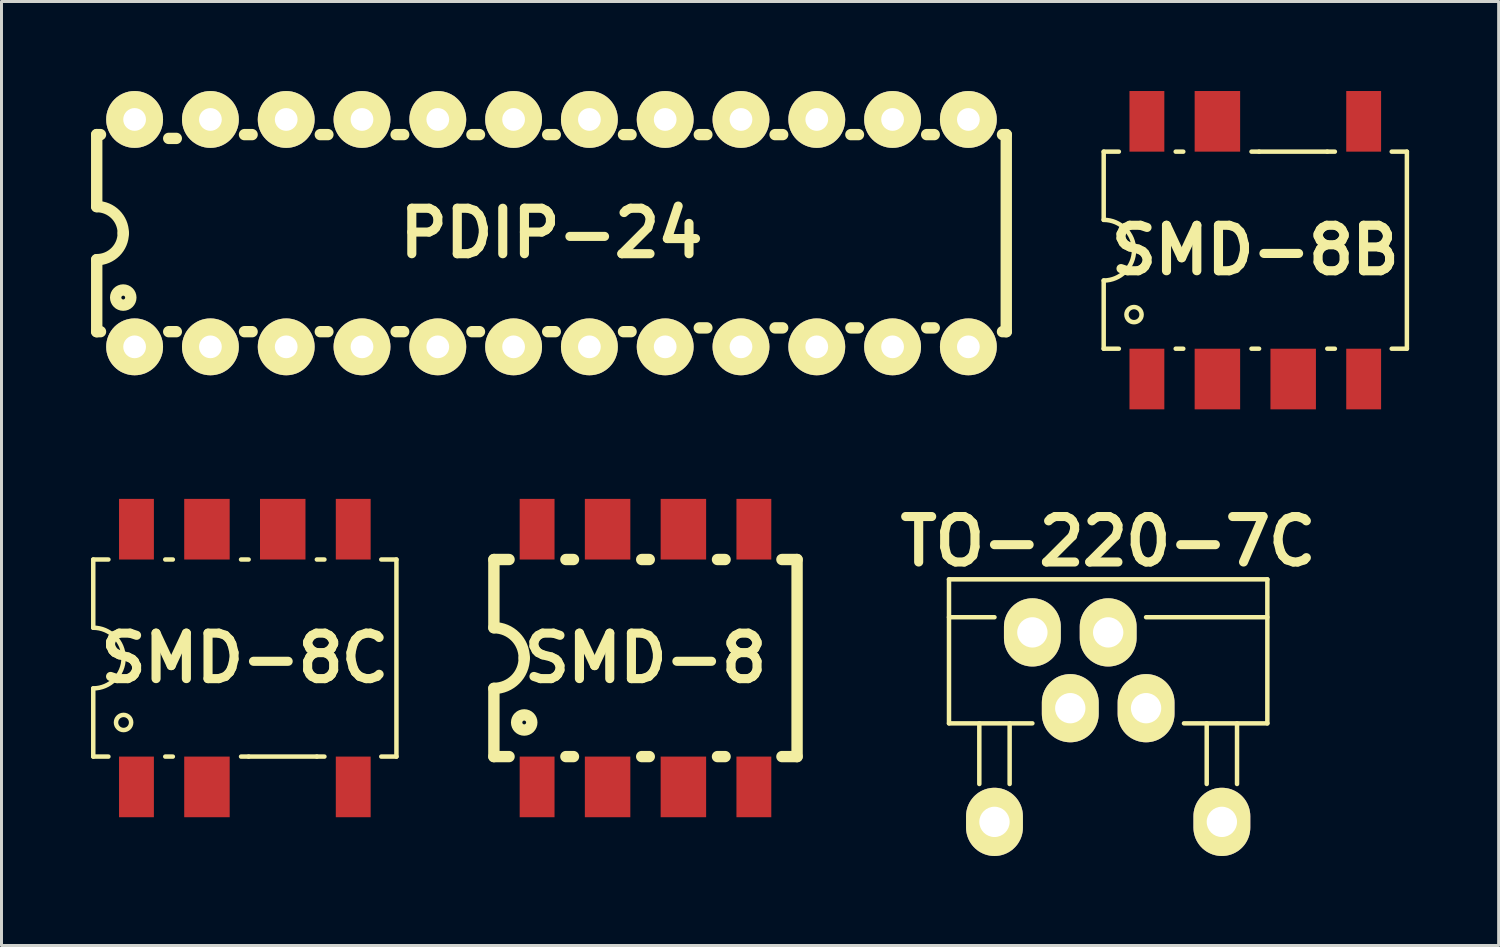
<source format=kicad_pcb>
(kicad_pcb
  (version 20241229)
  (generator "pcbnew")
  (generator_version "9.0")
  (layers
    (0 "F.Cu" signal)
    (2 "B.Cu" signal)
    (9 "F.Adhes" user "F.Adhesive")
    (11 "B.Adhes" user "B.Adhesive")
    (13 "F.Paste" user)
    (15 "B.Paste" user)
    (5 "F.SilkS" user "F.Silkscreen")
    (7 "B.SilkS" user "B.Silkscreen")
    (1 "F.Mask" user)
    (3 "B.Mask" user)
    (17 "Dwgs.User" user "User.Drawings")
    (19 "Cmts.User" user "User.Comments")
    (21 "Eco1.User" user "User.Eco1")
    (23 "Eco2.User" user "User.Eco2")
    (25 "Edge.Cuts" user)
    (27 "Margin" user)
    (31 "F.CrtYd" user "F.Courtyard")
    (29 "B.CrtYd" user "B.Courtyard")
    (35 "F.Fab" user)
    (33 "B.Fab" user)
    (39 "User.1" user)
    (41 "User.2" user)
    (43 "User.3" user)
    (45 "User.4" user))
  (footprint "SMD-8B"
    (layer "F.Cu")
    (at 39.016 5.334)
    (property "Reference" "SMD-8B" (at 0 0 0) (layer "F.SilkS") (effects (font (size 1.524 1.524) (thickness 0.305))))
    (attr through_hole)
    (fp_line (start -5.08 -3.302) (end -5.08 -1.016) (stroke (width 0.15) (type solid)) (layer "F.SilkS"))
    (fp_line (start -5.08 -3.302) (end -4.572 -3.302) (stroke (width 0.15) (type solid)) (layer "F.SilkS"))
    (fp_line (start -5.08 1.016) (end -5.08 3.302) (stroke (width 0.15) (type solid)) (layer "F.SilkS"))
    (fp_line (start -5.08 3.302) (end -4.572 3.302) (stroke (width 0.15) (type solid)) (layer "F.SilkS"))
    (fp_line (start -2.667 -3.302) (end -2.413 -3.302) (stroke (width 0.15) (type solid)) (layer "F.SilkS"))
    (fp_line (start -2.667 3.302) (end -2.413 3.302) (stroke (width 0.15) (type solid)) (layer "F.SilkS"))
    (fp_line (start -0.127 -3.302) (end 0.127 -3.302) (stroke (width 0.15) (type solid)) (layer "F.SilkS"))
    (fp_line (start -0.127 3.302) (end 0.127 3.302) (stroke (width 0.15) (type solid)) (layer "F.SilkS"))
    (fp_line (start 0.127 -3.302) (end 2.413 -3.302) (stroke (width 0.15) (type solid)) (layer "F.SilkS"))
    (fp_line (start 2.413 -3.302) (end 2.667 -3.302) (stroke (width 0.15) (type solid)) (layer "F.SilkS"))
    (fp_line (start 2.413 3.302) (end 2.667 3.302) (stroke (width 0.15) (type solid)) (layer "F.SilkS"))
    (fp_line (start 5.08 -3.302) (end 4.572 -3.302) (stroke (width 0.15) (type solid)) (layer "F.SilkS"))
    (fp_line (start 5.08 -3.302) (end 5.08 3.302) (stroke (width 0.15) (type solid)) (layer "F.SilkS"))
    (fp_line (start 5.08 3.302) (end 4.572 3.302) (stroke (width 0.15) (type solid)) (layer "F.SilkS"))
    (fp_arc (start -5.08 -1.016) (mid -4.36158 -0.71842) (end -4.064 0) (stroke (width 0.15) (type solid)) (layer "F.SilkS"))
    (fp_arc (start -4.064 0) (mid -4.36158 0.71842) (end -5.08 1.016) (stroke (width 0.15) (type solid)) (layer "F.SilkS"))
    (fp_circle (center -4.064 2.159) (end -3.81 2.159) (stroke (width 0.15) (type solid)) (fill no) (layer "F.SilkS"))
    (pad "1" smd rect (at -3.632 4.318) (size 1.168 2.032) (layers "F.Cu" "F.Mask" "F.Paste"))
    (pad "2" smd rect (at -1.27 4.318) (size 1.524 2.032) (layers "F.Cu" "F.Mask" "F.Paste"))
    (pad "3" smd rect (at 1.27 4.318) (size 1.524 2.032) (layers "F.Cu" "F.Mask" "F.Paste"))
    (pad "4" smd rect (at 3.632 4.318) (size 1.168 2.032) (layers "F.Cu" "F.Mask" "F.Paste"))
    (pad "5" smd rect (at 3.632 -4.318) (size 1.168 2.032) (layers "F.Cu" "F.Mask" "F.Paste"))
    (pad "7" smd rect (at -1.27 -4.318) (size 1.524 2.032) (layers "F.Cu" "F.Mask" "F.Paste"))
    (pad "8" smd rect (at -3.632 -4.318) (size 1.168 2.032) (layers "F.Cu" "F.Mask" "F.Paste")))
  (footprint "TO-220-7C"
    (layer "F.Cu")
    (at 34.086 19.412)
    (property "Reference" "TO-220-7C" (at 0 -4.318 0) (layer "F.SilkS") (effects (font (size 1.524 1.524) (thickness 0.305))))
    (attr through_hole)
    (fp_line (start -5.334 -3.048) (end -5.334 1.778) (stroke (width 0.15) (type solid)) (layer "F.SilkS"))
    (fp_line (start -5.334 -1.778) (end -3.81 -1.778) (stroke (width 0.15) (type solid)) (layer "F.SilkS"))
    (fp_line (start -5.334 1.778) (end -2.54 1.778) (stroke (width 0.15) (type solid)) (layer "F.SilkS"))
    (fp_line (start -4.318 3.81) (end -4.318 1.778) (stroke (width 0.15) (type solid)) (layer "F.SilkS"))
    (fp_line (start -3.302 3.81) (end -3.302 1.778) (stroke (width 0.15) (type solid)) (layer "F.SilkS"))
    (fp_line (start 3.302 3.81) (end 3.302 1.778) (stroke (width 0.15) (type solid)) (layer "F.SilkS"))
    (fp_line (start 4.318 3.81) (end 4.318 1.778) (stroke (width 0.15) (type solid)) (layer "F.SilkS"))
    (fp_line (start 5.334 -3.048) (end -5.334 -3.048) (stroke (width 0.15) (type solid)) (layer "F.SilkS"))
    (fp_line (start 5.334 -3.048) (end 5.334 1.778) (stroke (width 0.15) (type solid)) (layer "F.SilkS"))
    (fp_line (start 5.334 -1.778) (end 1.27 -1.778) (stroke (width 0.15) (type solid)) (layer "F.SilkS"))
    (fp_line (start 5.334 1.778) (end 2.54 1.778) (stroke (width 0.15) (type solid)) (layer "F.SilkS"))
    (pad "1" thru_hole oval (at -3.81 5.08) (size 1.905 2.286) (drill 1.016) (layers "*.Cu" "*.Mask" "F.SilkS"))
    (pad "2" thru_hole oval (at -2.54 -1.27) (size 1.905 2.286) (drill 1.016) (layers "*.Cu" "*.Mask" "F.SilkS"))
    (pad "3" thru_hole oval (at -1.27 1.27) (size 1.905 2.286) (drill 1.016) (layers "*.Cu" "*.Mask" "F.SilkS"))
    (pad "4" thru_hole oval (at 0 -1.27) (size 1.905 2.286) (drill 1.016) (layers "*.Cu" "*.Mask" "F.SilkS"))
    (pad "5" thru_hole oval (at 1.27 1.27) (size 1.905 2.286) (drill 1.016) (layers "*.Cu" "*.Mask" "F.SilkS"))
    (pad "7" thru_hole oval (at 3.81 5.08) (size 1.905 2.286) (drill 1.016) (layers "*.Cu" "*.Mask" "F.SilkS")))
  (footprint "SMD-8"
    (layer "F.Cu")
    (at 18.581 19.002)
    (property "Reference" "SMD-8" (at 0 0 0) (layer "F.SilkS") (effects (font (size 1.524 1.524) (thickness 0.305))))
    (attr through_hole)
    (fp_line (start -5.08 -3.302) (end -5.08 -1.016) (stroke (width 0.381) (type solid)) (layer "F.SilkS"))
    (fp_line (start -5.08 -3.302) (end -4.572 -3.302) (stroke (width 0.381) (type solid)) (layer "F.SilkS"))
    (fp_line (start -5.08 1.016) (end -5.08 3.302) (stroke (width 0.381) (type solid)) (layer "F.SilkS"))
    (fp_line (start -5.08 3.302) (end -4.572 3.302) (stroke (width 0.381) (type solid)) (layer "F.SilkS"))
    (fp_line (start -2.667 -3.302) (end -2.413 -3.302) (stroke (width 0.381) (type solid)) (layer "F.SilkS"))
    (fp_line (start -2.667 3.302) (end -2.413 3.302) (stroke (width 0.381) (type solid)) (layer "F.SilkS"))
    (fp_line (start -0.127 -3.302) (end 0.127 -3.302) (stroke (width 0.381) (type solid)) (layer "F.SilkS"))
    (fp_line (start -0.127 3.302) (end 0.127 3.302) (stroke (width 0.381) (type solid)) (layer "F.SilkS"))
    (fp_line (start 2.413 -3.302) (end 2.667 -3.302) (stroke (width 0.381) (type solid)) (layer "F.SilkS"))
    (fp_line (start 2.413 3.302) (end 2.667 3.302) (stroke (width 0.381) (type solid)) (layer "F.SilkS"))
    (fp_line (start 5.08 -3.302) (end 4.572 -3.302) (stroke (width 0.381) (type solid)) (layer "F.SilkS"))
    (fp_line (start 5.08 -3.302) (end 5.08 3.302) (stroke (width 0.381) (type solid)) (layer "F.SilkS"))
    (fp_line (start 5.08 3.302) (end 4.572 3.302) (stroke (width 0.381) (type solid)) (layer "F.SilkS"))
    (fp_arc (start -5.08 -1.016) (mid -4.36158 -0.71842) (end -4.064 0) (stroke (width 0.381) (type solid)) (layer "F.SilkS"))
    (fp_arc (start -4.064 0) (mid -4.36158 0.71842) (end -5.08 1.016) (stroke (width 0.381) (type solid)) (layer "F.SilkS"))
    (fp_circle (center -4.064 2.159) (end -3.81 2.159) (stroke (width 0.381) (type solid)) (fill no) (layer "F.SilkS"))
    (pad "1" smd rect (at -3.632 4.318) (size 1.168 2.032) (layers "F.Cu" "F.Mask" "F.Paste"))
    (pad "2" smd rect (at -1.27 4.318) (size 1.524 2.032) (layers "F.Cu" "F.Mask" "F.Paste"))
    (pad "3" smd rect (at 1.27 4.318) (size 1.524 2.032) (layers "F.Cu" "F.Mask" "F.Paste"))
    (pad "4" smd rect (at 3.632 4.318) (size 1.168 2.032) (layers "F.Cu" "F.Mask" "F.Paste"))
    (pad "5" smd rect (at 3.632 -4.318) (size 1.168 2.032) (layers "F.Cu" "F.Mask" "F.Paste"))
    (pad "6" smd rect (at 1.27 -4.318) (size 1.524 2.032) (layers "F.Cu" "F.Mask" "F.Paste"))
    (pad "7" smd rect (at -1.27 -4.318) (size 1.524 2.032) (layers "F.Cu" "F.Mask" "F.Paste"))
    (pad "8" smd rect (at -3.632 -4.318) (size 1.168 2.032) (layers "F.Cu" "F.Mask" "F.Paste")))
  (footprint "SMD-8C"
    (layer "F.Cu")
    (at 5.155 19.002)
    (property "Reference" "SMD-8C" (at 0 0 0) (layer "F.SilkS") (effects (font (size 1.524 1.524) (thickness 0.305))))
    (attr through_hole)
    (fp_line (start -5.08 -3.302) (end -5.08 -1.016) (stroke (width 0.15) (type solid)) (layer "F.SilkS"))
    (fp_line (start -5.08 -3.302) (end -4.572 -3.302) (stroke (width 0.15) (type solid)) (layer "F.SilkS"))
    (fp_line (start -5.08 1.016) (end -5.08 3.302) (stroke (width 0.15) (type solid)) (layer "F.SilkS"))
    (fp_line (start -5.08 3.302) (end -4.572 3.302) (stroke (width 0.15) (type solid)) (layer "F.SilkS"))
    (fp_line (start -2.667 -3.302) (end -2.413 -3.302) (stroke (width 0.15) (type solid)) (layer "F.SilkS"))
    (fp_line (start -2.667 3.302) (end -2.413 3.302) (stroke (width 0.15) (type solid)) (layer "F.SilkS"))
    (fp_line (start -0.127 -3.302) (end 0.127 -3.302) (stroke (width 0.15) (type solid)) (layer "F.SilkS"))
    (fp_line (start -0.127 3.302) (end 0.127 3.302) (stroke (width 0.15) (type solid)) (layer "F.SilkS"))
    (fp_line (start 0.127 3.302) (end 2.413 3.302) (stroke (width 0.15) (type solid)) (layer "F.SilkS"))
    (fp_line (start 2.413 -3.302) (end 2.667 -3.302) (stroke (width 0.15) (type solid)) (layer "F.SilkS"))
    (fp_line (start 2.413 3.302) (end 2.667 3.302) (stroke (width 0.15) (type solid)) (layer "F.SilkS"))
    (fp_line (start 5.08 -3.302) (end 4.572 -3.302) (stroke (width 0.15) (type solid)) (layer "F.SilkS"))
    (fp_line (start 5.08 -3.302) (end 5.08 3.302) (stroke (width 0.15) (type solid)) (layer "F.SilkS"))
    (fp_line (start 5.08 3.302) (end 4.572 3.302) (stroke (width 0.15) (type solid)) (layer "F.SilkS"))
    (fp_arc (start -5.08 -1.016) (mid -4.36158 -0.71842) (end -4.064 0) (stroke (width 0.15) (type solid)) (layer "F.SilkS"))
    (fp_arc (start -4.064 0) (mid -4.36158 0.71842) (end -5.08 1.016) (stroke (width 0.15) (type solid)) (layer "F.SilkS"))
    (fp_circle (center -4.064 2.159) (end -3.81 2.159) (stroke (width 0.15) (type solid)) (fill no) (layer "F.SilkS"))
    (pad "1" smd rect (at -3.632 4.318) (size 1.168 2.032) (layers "F.Cu" "F.Mask" "F.Paste"))
    (pad "2" smd rect (at -1.27 4.318) (size 1.524 2.032) (layers "F.Cu" "F.Mask" "F.Paste"))
    (pad "4" smd rect (at 3.632 4.318) (size 1.168 2.032) (layers "F.Cu" "F.Mask" "F.Paste"))
    (pad "5" smd rect (at 3.632 -4.318) (size 1.168 2.032) (layers "F.Cu" "F.Mask" "F.Paste"))
    (pad "6" smd rect (at 1.27 -4.318) (size 1.524 2.032) (layers "F.Cu" "F.Mask" "F.Paste"))
    (pad "7" smd rect (at -1.27 -4.318) (size 1.524 2.032) (layers "F.Cu" "F.Mask" "F.Paste"))
    (pad "8" smd rect (at -3.632 -4.318) (size 1.168 2.032) (layers "F.Cu" "F.Mask" "F.Paste")))
  (footprint "PDIP-24"
    (layer "F.Cu")
    (at 15.431 4.763)
    (property "Reference" "PDIP-24" (at 0 0 0) (layer "F.SilkS") (effects (font (size 1.524 1.524) (thickness 0.305))))
    (attr through_hole)
    (fp_line (start -15.24 -3.302) (end -15.113 -3.302) (stroke (width 0.381) (type solid)) (layer "F.SilkS"))
    (fp_line (start -15.24 -0.889) (end -15.24 -3.302) (stroke (width 0.381) (type solid)) (layer "F.SilkS"))
    (fp_line (start -15.24 0.889) (end -15.24 3.302) (stroke (width 0.381) (type solid)) (layer "F.SilkS"))
    (fp_line (start -15.24 3.302) (end -15.113 3.302) (stroke (width 0.381) (type solid)) (layer "F.SilkS"))
    (fp_line (start -12.827 3.302) (end -12.573 3.302) (stroke (width 0.381) (type solid)) (layer "F.SilkS"))
    (fp_line (start -12.573 -3.175) (end -12.827 -3.175) (stroke (width 0.381) (type solid)) (layer "F.SilkS"))
    (fp_line (start -10.287 3.302) (end -10.033 3.302) (stroke (width 0.381) (type solid)) (layer "F.SilkS"))
    (fp_line (start -10.033 -3.302) (end -10.287 -3.302) (stroke (width 0.381) (type solid)) (layer "F.SilkS"))
    (fp_line (start -7.747 3.302) (end -7.493 3.302) (stroke (width 0.381) (type solid)) (layer "F.SilkS"))
    (fp_line (start -7.493 -3.302) (end -7.747 -3.302) (stroke (width 0.381) (type solid)) (layer "F.SilkS"))
    (fp_line (start -5.207 3.302) (end -4.953 3.302) (stroke (width 0.381) (type solid)) (layer "F.SilkS"))
    (fp_line (start -4.953 -3.302) (end -5.207 -3.302) (stroke (width 0.381) (type solid)) (layer "F.SilkS"))
    (fp_line (start -2.667 -3.302) (end -2.413 -3.302) (stroke (width 0.381) (type solid)) (layer "F.SilkS"))
    (fp_line (start -2.667 3.302) (end -2.413 3.302) (stroke (width 0.381) (type solid)) (layer "F.SilkS"))
    (fp_line (start -0.127 -3.302) (end 0.127 -3.302) (stroke (width 0.381) (type solid)) (layer "F.SilkS"))
    (fp_line (start -0.127 3.302) (end 0.127 3.302) (stroke (width 0.381) (type solid)) (layer "F.SilkS"))
    (fp_line (start 2.413 -3.302) (end 2.667 -3.302) (stroke (width 0.381) (type solid)) (layer "F.SilkS"))
    (fp_line (start 2.413 3.302) (end 2.667 3.302) (stroke (width 0.381) (type solid)) (layer "F.SilkS"))
    (fp_line (start 4.953 3.175) (end 5.207 3.175) (stroke (width 0.381) (type solid)) (layer "F.SilkS"))
    (fp_line (start 5.207 -3.302) (end 4.953 -3.302) (stroke (width 0.381) (type solid)) (layer "F.SilkS"))
    (fp_line (start 7.493 3.175) (end 7.747 3.175) (stroke (width 0.381) (type solid)) (layer "F.SilkS"))
    (fp_line (start 7.747 -3.302) (end 7.493 -3.302) (stroke (width 0.381) (type solid)) (layer "F.SilkS"))
    (fp_line (start 10.033 3.175) (end 10.287 3.175) (stroke (width 0.381) (type solid)) (layer "F.SilkS"))
    (fp_line (start 10.287 -3.302) (end 10.033 -3.302) (stroke (width 0.381) (type solid)) (layer "F.SilkS"))
    (fp_line (start 12.573 3.175) (end 12.827 3.175) (stroke (width 0.381) (type solid)) (layer "F.SilkS"))
    (fp_line (start 12.827 -3.302) (end 12.573 -3.302) (stroke (width 0.381) (type solid)) (layer "F.SilkS"))
    (fp_line (start 15.24 -3.302) (end 15.113 -3.302) (stroke (width 0.381) (type solid)) (layer "F.SilkS"))
    (fp_line (start 15.24 3.302) (end 15.113 3.302) (stroke (width 0.381) (type solid)) (layer "F.SilkS"))
    (fp_line (start 15.24 3.302) (end 15.24 -3.302) (stroke (width 0.381) (type solid)) (layer "F.SilkS"))
    (fp_arc (start -15.24 -0.889) (mid -14.611382 -0.628618) (end -14.351 0) (stroke (width 0.381) (type solid)) (layer "F.SilkS"))
    (fp_arc (start -14.351 0) (mid -14.611382 0.628618) (end -15.24 0.889) (stroke (width 0.381) (type solid)) (layer "F.SilkS"))
    (fp_circle (center -14.351 2.159) (end -14.097 2.159) (stroke (width 0.381) (type solid)) (fill no) (layer "F.SilkS"))
    (pad "1" thru_hole circle (at -13.97 3.81) (size 1.905 1.905) (drill 0.762) (layers "*.Cu" "*.Mask" "F.SilkS"))
    (pad "2" thru_hole circle (at -11.43 3.81) (size 1.905 1.905) (drill 0.762) (layers "*.Cu" "*.Mask" "F.SilkS"))
    (pad "3" thru_hole circle (at -8.89 3.81) (size 1.905 1.905) (drill 0.762) (layers "*.Cu" "*.Mask" "F.SilkS"))
    (pad "4" thru_hole circle (at -6.35 3.81) (size 1.905 1.905) (drill 0.762) (layers "*.Cu" "*.Mask" "F.SilkS"))
    (pad "5" thru_hole circle (at -3.81 3.81) (size 1.905 1.905) (drill 0.762) (layers "*.Cu" "*.Mask" "F.SilkS"))
    (pad "6" thru_hole circle (at -1.27 3.81) (size 1.905 1.905) (drill 0.762) (layers "*.Cu" "*.Mask" "F.SilkS"))
    (pad "7" thru_hole circle (at 1.27 3.81) (size 1.905 1.905) (drill 0.762) (layers "*.Cu" "*.Mask" "F.SilkS"))
    (pad "8" thru_hole circle (at 3.81 3.81) (size 1.905 1.905) (drill 0.762) (layers "*.Cu" "*.Mask" "F.SilkS"))
    (pad "9" thru_hole circle (at 6.35 3.81) (size 1.905 1.905) (drill 0.762) (layers "*.Cu" "*.Mask" "F.SilkS"))
    (pad "10" thru_hole circle (at 8.89 3.81) (size 1.905 1.905) (drill 0.762) (layers "*.Cu" "*.Mask" "F.SilkS"))
    (pad "11" thru_hole circle (at 11.43 3.81) (size 1.905 1.905) (drill 0.762) (layers "*.Cu" "*.Mask" "F.SilkS"))
    (pad "12" thru_hole circle (at 13.97 3.81) (size 1.905 1.905) (drill 0.762) (layers "*.Cu" "*.Mask" "F.SilkS"))
    (pad "13" thru_hole circle (at 13.97 -3.81) (size 1.905 1.905) (drill 0.762) (layers "*.Cu" "*.Mask" "F.SilkS"))
    (pad "14" thru_hole circle (at 11.43 -3.81) (size 1.905 1.905) (drill 0.762) (layers "*.Cu" "*.Mask" "F.SilkS"))
    (pad "15" thru_hole circle (at 8.89 -3.81) (size 1.905 1.905) (drill 0.762) (layers "*.Cu" "*.Mask" "F.SilkS"))
    (pad "16" thru_hole circle (at 6.35 -3.81) (size 1.905 1.905) (drill 0.762) (layers "*.Cu" "*.Mask" "F.SilkS"))
    (pad "17" thru_hole circle (at 3.81 -3.81) (size 1.905 1.905) (drill 0.762) (layers "*.Cu" "*.Mask" "F.SilkS"))
    (pad "18" thru_hole circle (at 1.27 -3.81) (size 1.905 1.905) (drill 0.762) (layers "*.Cu" "*.Mask" "F.SilkS"))
    (pad "19" thru_hole circle (at -1.27 -3.81) (size 1.905 1.905) (drill 0.762) (layers "*.Cu" "*.Mask" "F.SilkS"))
    (pad "20" thru_hole circle (at -3.81 -3.81) (size 1.905 1.905) (drill 0.762) (layers "*.Cu" "*.Mask" "F.SilkS"))
    (pad "21" thru_hole circle (at -6.35 -3.81) (size 1.905 1.905) (drill 0.762) (layers "*.Cu" "*.Mask" "F.SilkS"))
    (pad "22" thru_hole circle (at -8.89 -3.81) (size 1.905 1.905) (drill 0.762) (layers "*.Cu" "*.Mask" "F.SilkS"))
    (pad "23" thru_hole circle (at -11.43 -3.81) (size 1.905 1.905) (drill 0.762) (layers "*.Cu" "*.Mask" "F.SilkS"))
    (pad "24" thru_hole circle (at -13.97 -3.81) (size 1.905 1.905) (drill 0.762) (layers "*.Cu" "*.Mask" "F.SilkS")))
  (gr_rect
    (start -3 -3)
    (end 47.171 28.635)
    (stroke (width 0.1) (type default))
    (fill no)
    (layer "Edge.Cuts")))
</source>
